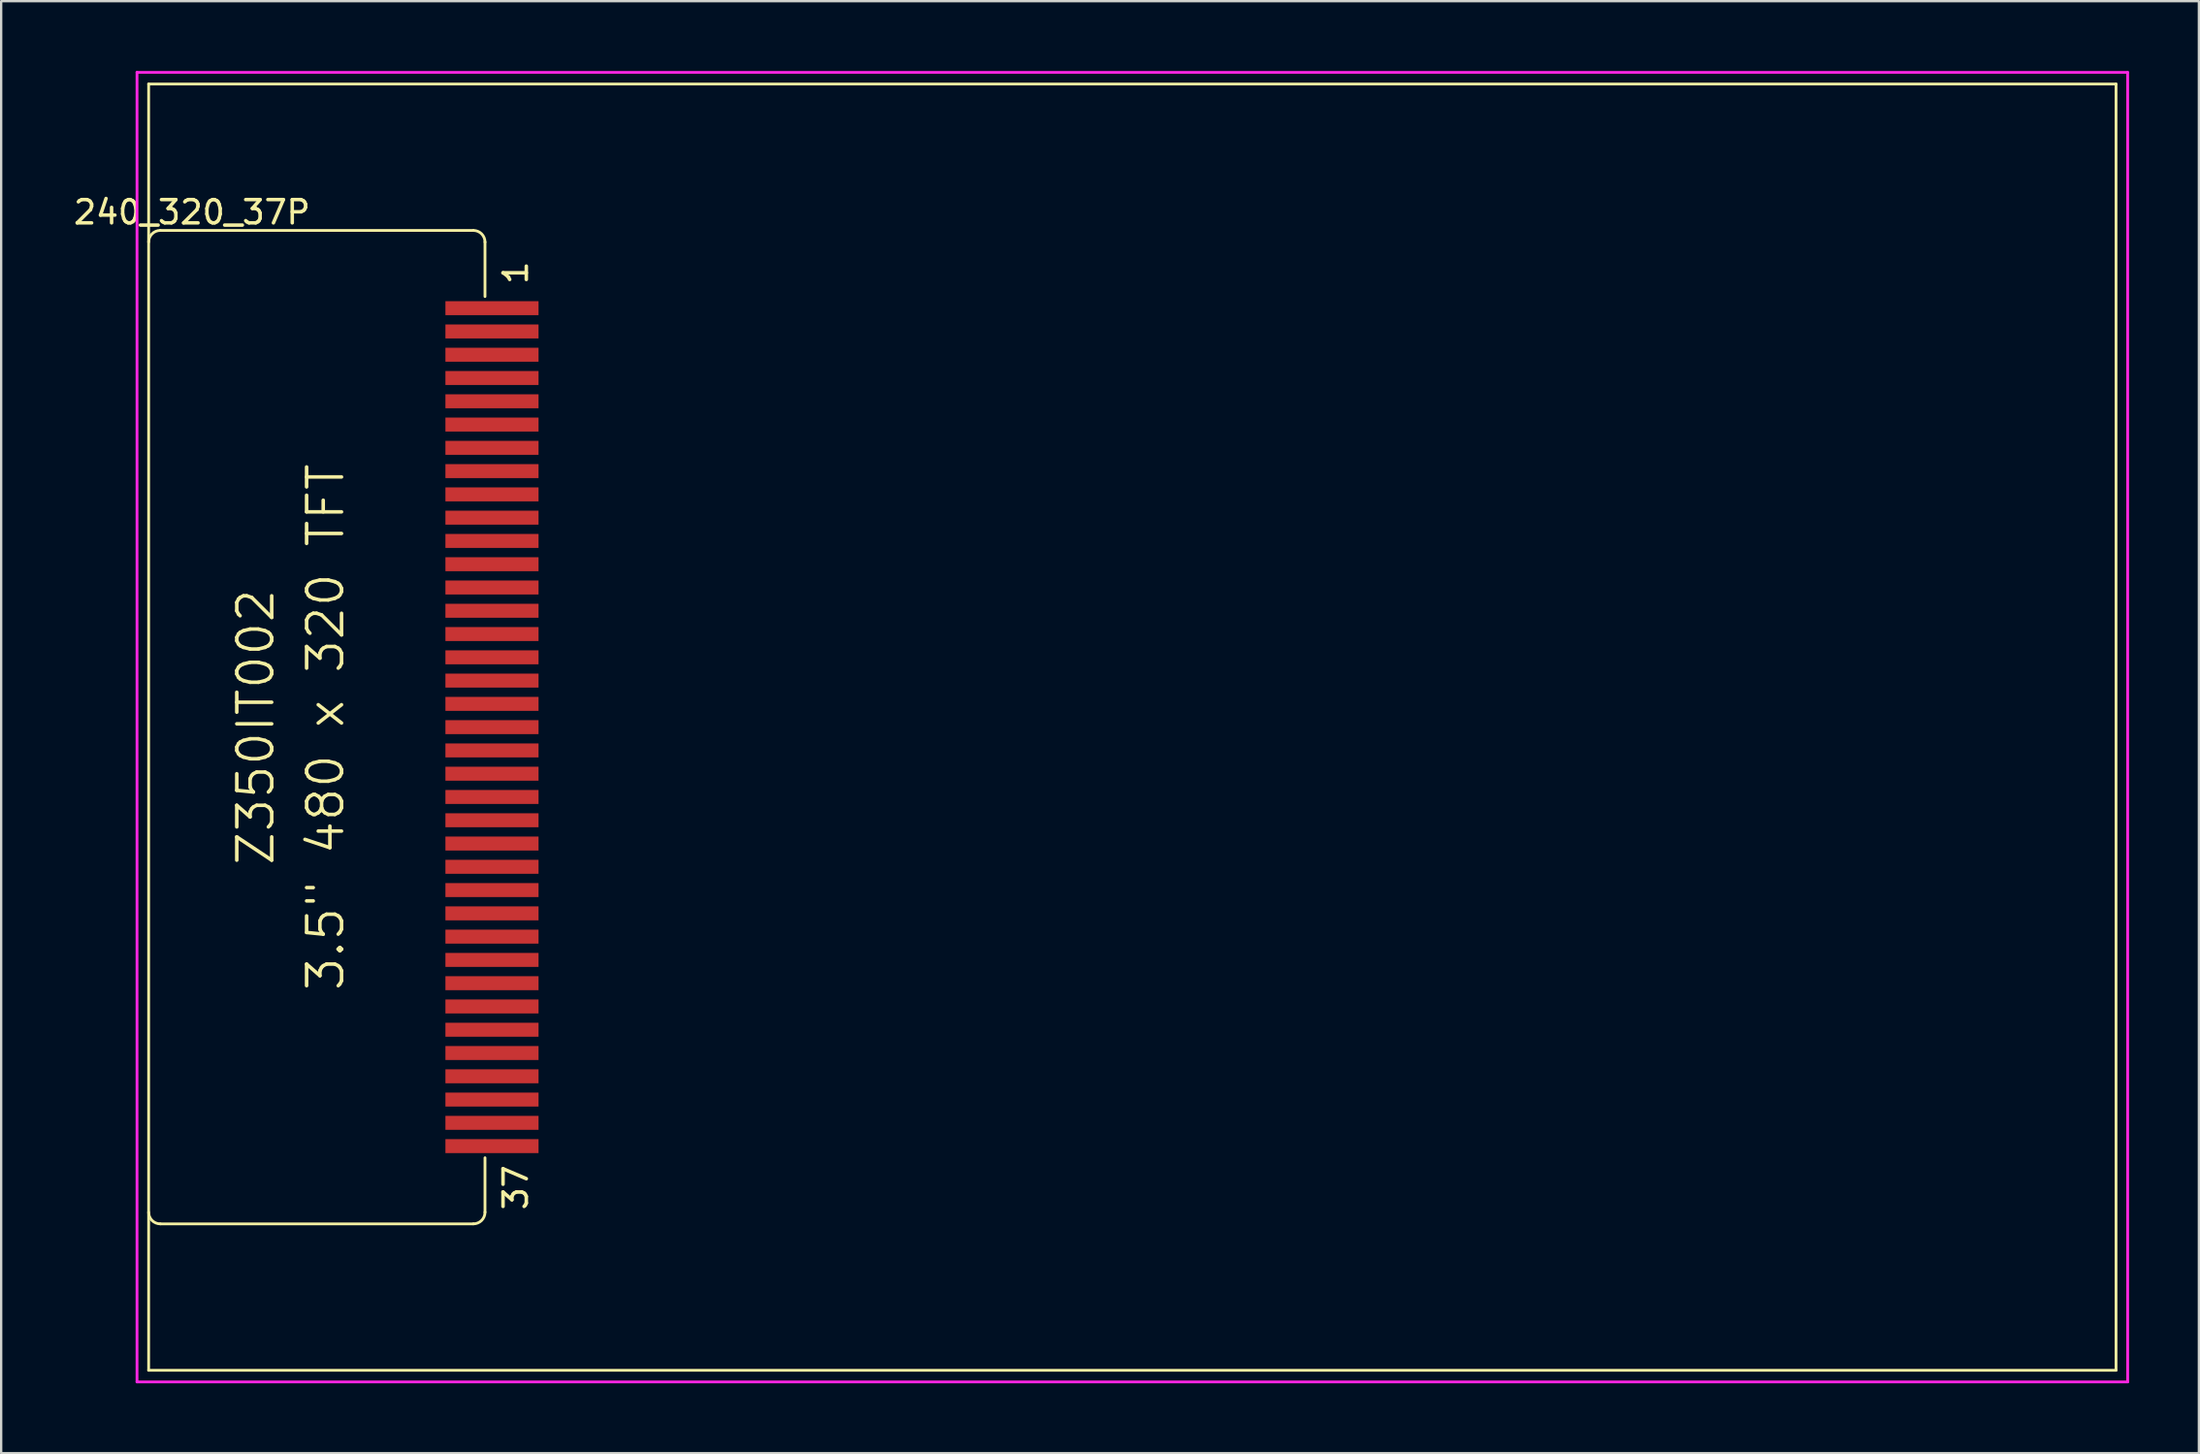
<source format=kicad_pcb>
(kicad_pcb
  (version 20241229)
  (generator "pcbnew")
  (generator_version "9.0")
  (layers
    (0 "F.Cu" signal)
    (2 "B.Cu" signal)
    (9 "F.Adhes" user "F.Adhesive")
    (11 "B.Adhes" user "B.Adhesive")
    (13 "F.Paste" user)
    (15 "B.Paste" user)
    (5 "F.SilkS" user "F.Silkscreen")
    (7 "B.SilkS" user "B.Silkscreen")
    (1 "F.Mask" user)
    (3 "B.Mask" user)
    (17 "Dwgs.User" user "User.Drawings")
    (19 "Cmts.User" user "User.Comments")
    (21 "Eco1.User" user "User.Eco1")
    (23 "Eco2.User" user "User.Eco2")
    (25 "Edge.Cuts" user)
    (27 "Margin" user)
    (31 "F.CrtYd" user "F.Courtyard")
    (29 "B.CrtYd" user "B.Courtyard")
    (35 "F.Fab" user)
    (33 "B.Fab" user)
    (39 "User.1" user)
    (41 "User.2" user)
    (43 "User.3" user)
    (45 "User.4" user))
  (footprint "240_320_37P"
    (layer "F.Cu")
    (at 48.436 28.19)
    (property "Reference" "240_320_37P" (at -43.24 -22.12 0) (layer "F.SilkS") (effects (font (size 1 1) (thickness 0.15))))
    (attr smd)
    (fp_line (start -45.1 -27.63) (end -45.1 27.63) (stroke (width 0.12) (type solid)) (layer "F.SilkS"))
    (fp_line (start -31.15 -21.34) (end -44.6 -21.34) (stroke (width 0.12) (type solid)) (layer "F.SilkS"))
    (fp_line (start -31.15 21.34) (end -44.6 21.34) (stroke (width 0.12) (type solid)) (layer "F.SilkS"))
    (fp_line (start -30.65 -20.84) (end -30.65 -18.5) (stroke (width 0.12) (type solid)) (layer "F.SilkS"))
    (fp_line (start -30.65 20.84) (end -30.65 18.5) (stroke (width 0.12) (type solid)) (layer "F.SilkS"))
    (fp_line (start 39.42 -27.63) (end -45.1 -27.63) (stroke (width 0.12) (type solid)) (layer "F.SilkS"))
    (fp_line (start 39.42 27.63) (end -45.1 27.63) (stroke (width 0.12) (type solid)) (layer "F.SilkS"))
    (fp_line (start 39.42 27.63) (end 39.42 -27.63) (stroke (width 0.12) (type solid)) (layer "F.SilkS"))
    (fp_arc (start -45.1 -20.84) (mid -44.953553 -21.193553) (end -44.6 -21.34) (stroke (width 0.12) (type solid)) (layer "F.SilkS"))
    (fp_arc (start -44.6 21.34) (mid -44.953553 21.193553) (end -45.1 20.84) (stroke (width 0.12) (type solid)) (layer "F.SilkS"))
    (fp_arc (start -31.15 -21.34) (mid -30.796447 -21.193553) (end -30.65 -20.84) (stroke (width 0.12) (type solid)) (layer "F.SilkS"))
    (fp_arc (start -30.65 20.84) (mid -30.796447 21.193553) (end -31.15 21.34) (stroke (width 0.12) (type solid)) (layer "F.SilkS"))
    (fp_line (start -45.6 -28.13) (end 39.92 -28.13) (stroke (width 0.12) (type solid)) (layer "F.CrtYd"))
    (fp_line (start -45.6 28.13) (end -45.6 -28.13) (stroke (width 0.12) (type solid)) (layer "F.CrtYd"))
    (fp_line (start -45.6 28.13) (end 39.92 28.13) (stroke (width 0.12) (type solid)) (layer "F.CrtYd"))
    (fp_line (start 39.92 -28.13) (end 39.92 28.13) (stroke (width 0.12) (type solid)) (layer "F.CrtYd"))
    (fp_text user "Z350IT002" (at -40.5 0 90) (layer "F.SilkS") (effects (font (size 1.5 1.5) (thickness 0.152))))
    (fp_text user "37" (at -29.33 19.78 90) (layer "F.SilkS") (effects (font (size 1 1) (thickness 0.152))))
    (fp_text user "1" (at -29.33 -19.52 90) (layer "F.SilkS") (effects (font (size 1 1) (thickness 0.152))))
    (fp_text user "3.5\" 480 x 320 TFT" (at -37.5 0 90) (layer "F.SilkS") (effects (font (size 1.5 1.5) (thickness 0.152))))
    (pad "1" smd rect (at -30.35 -18 270) (size 0.6 4) (layers "F.Cu" "F.Mask" "F.Paste"))
    (pad "2" smd rect (at -30.35 -17 270) (size 0.6 4) (layers "F.Cu" "F.Mask" "F.Paste"))
    (pad "3" smd rect (at -30.35 -16 270) (size 0.6 4) (layers "F.Cu" "F.Mask" "F.Paste"))
    (pad "4" smd rect (at -30.35 -15 270) (size 0.6 4) (layers "F.Cu" "F.Mask" "F.Paste"))
    (pad "5" smd rect (at -30.35 -14 270) (size 0.6 4) (layers "F.Cu" "F.Mask" "F.Paste"))
    (pad "6" smd rect (at -30.35 -13 270) (size 0.6 4) (layers "F.Cu" "F.Mask" "F.Paste"))
    (pad "7" smd rect (at -30.35 -12 270) (size 0.6 4) (layers "F.Cu" "F.Mask" "F.Paste"))
    (pad "8" smd rect (at -30.35 -11 270) (size 0.6 4) (layers "F.Cu" "F.Mask" "F.Paste"))
    (pad "9" smd rect (at -30.35 -10 270) (size 0.6 4) (layers "F.Cu" "F.Mask" "F.Paste"))
    (pad "10" smd rect (at -30.35 -9 270) (size 0.6 4) (layers "F.Cu" "F.Mask" "F.Paste"))
    (pad "11" smd rect (at -30.35 -8 270) (size 0.6 4) (layers "F.Cu" "F.Mask" "F.Paste"))
    (pad "12" smd rect (at -30.35 -7 270) (size 0.6 4) (layers "F.Cu" "F.Mask" "F.Paste"))
    (pad "13" smd rect (at -30.35 -6 270) (size 0.6 4) (layers "F.Cu" "F.Mask" "F.Paste"))
    (pad "14" smd rect (at -30.35 -5 270) (size 0.6 4) (layers "F.Cu" "F.Mask" "F.Paste"))
    (pad "15" smd rect (at -30.35 -4 270) (size 0.6 4) (layers "F.Cu" "F.Mask" "F.Paste"))
    (pad "16" smd rect (at -30.35 -3 270) (size 0.6 4) (layers "F.Cu" "F.Mask" "F.Paste"))
    (pad "17" smd rect (at -30.35 -2 270) (size 0.6 4) (layers "F.Cu" "F.Mask" "F.Paste"))
    (pad "18" smd rect (at -30.35 -1 270) (size 0.6 4) (layers "F.Cu" "F.Mask" "F.Paste"))
    (pad "19" smd rect (at -30.35 0 270) (size 0.6 4) (layers "F.Cu" "F.Mask" "F.Paste"))
    (pad "20" smd rect (at -30.35 1 270) (size 0.6 4) (layers "F.Cu" "F.Mask" "F.Paste"))
    (pad "21" smd rect (at -30.35 2 270) (size 0.6 4) (layers "F.Cu" "F.Mask" "F.Paste"))
    (pad "22" smd rect (at -30.35 3 270) (size 0.6 4) (layers "F.Cu" "F.Mask" "F.Paste"))
    (pad "23" smd rect (at -30.35 4 270) (size 0.6 4) (layers "F.Cu" "F.Mask" "F.Paste"))
    (pad "24" smd rect (at -30.35 5 270) (size 0.6 4) (layers "F.Cu" "F.Mask" "F.Paste"))
    (pad "25" smd rect (at -30.35 6 270) (size 0.6 4) (layers "F.Cu" "F.Mask" "F.Paste"))
    (pad "26" smd rect (at -30.35 7 270) (size 0.6 4) (layers "F.Cu" "F.Mask" "F.Paste"))
    (pad "27" smd rect (at -30.35 8 270) (size 0.6 4) (layers "F.Cu" "F.Mask" "F.Paste"))
    (pad "28" smd rect (at -30.35 9 270) (size 0.6 4) (layers "F.Cu" "F.Mask" "F.Paste"))
    (pad "29" smd rect (at -30.35 10 270) (size 0.6 4) (layers "F.Cu" "F.Mask" "F.Paste"))
    (pad "30" smd rect (at -30.35 11 270) (size 0.6 4) (layers "F.Cu" "F.Mask" "F.Paste"))
    (pad "31" smd rect (at -30.35 12 270) (size 0.6 4) (layers "F.Cu" "F.Mask" "F.Paste"))
    (pad "32" smd rect (at -30.35 13 270) (size 0.6 4) (layers "F.Cu" "F.Mask" "F.Paste"))
    (pad "33" smd rect (at -30.35 14 270) (size 0.6 4) (layers "F.Cu" "F.Mask" "F.Paste"))
    (pad "34" smd rect (at -30.35 15 270) (size 0.6 4) (layers "F.Cu" "F.Mask" "F.Paste"))
    (pad "35" smd rect (at -30.35 16 270) (size 0.6 4) (layers "F.Cu" "F.Mask" "F.Paste"))
    (pad "36" smd rect (at -30.35 17 270) (size 0.6 4) (layers "F.Cu" "F.Mask" "F.Paste"))
    (pad "37" smd rect (at -30.35 18 270) (size 0.6 4) (layers "F.Cu" "F.Mask" "F.Paste")))
  (gr_rect
    (start -3 -3)
    (end 91.416 59.38)
    (stroke (width 0.1) (type default))
    (fill no)
    (layer "Edge.Cuts")))
</source>
